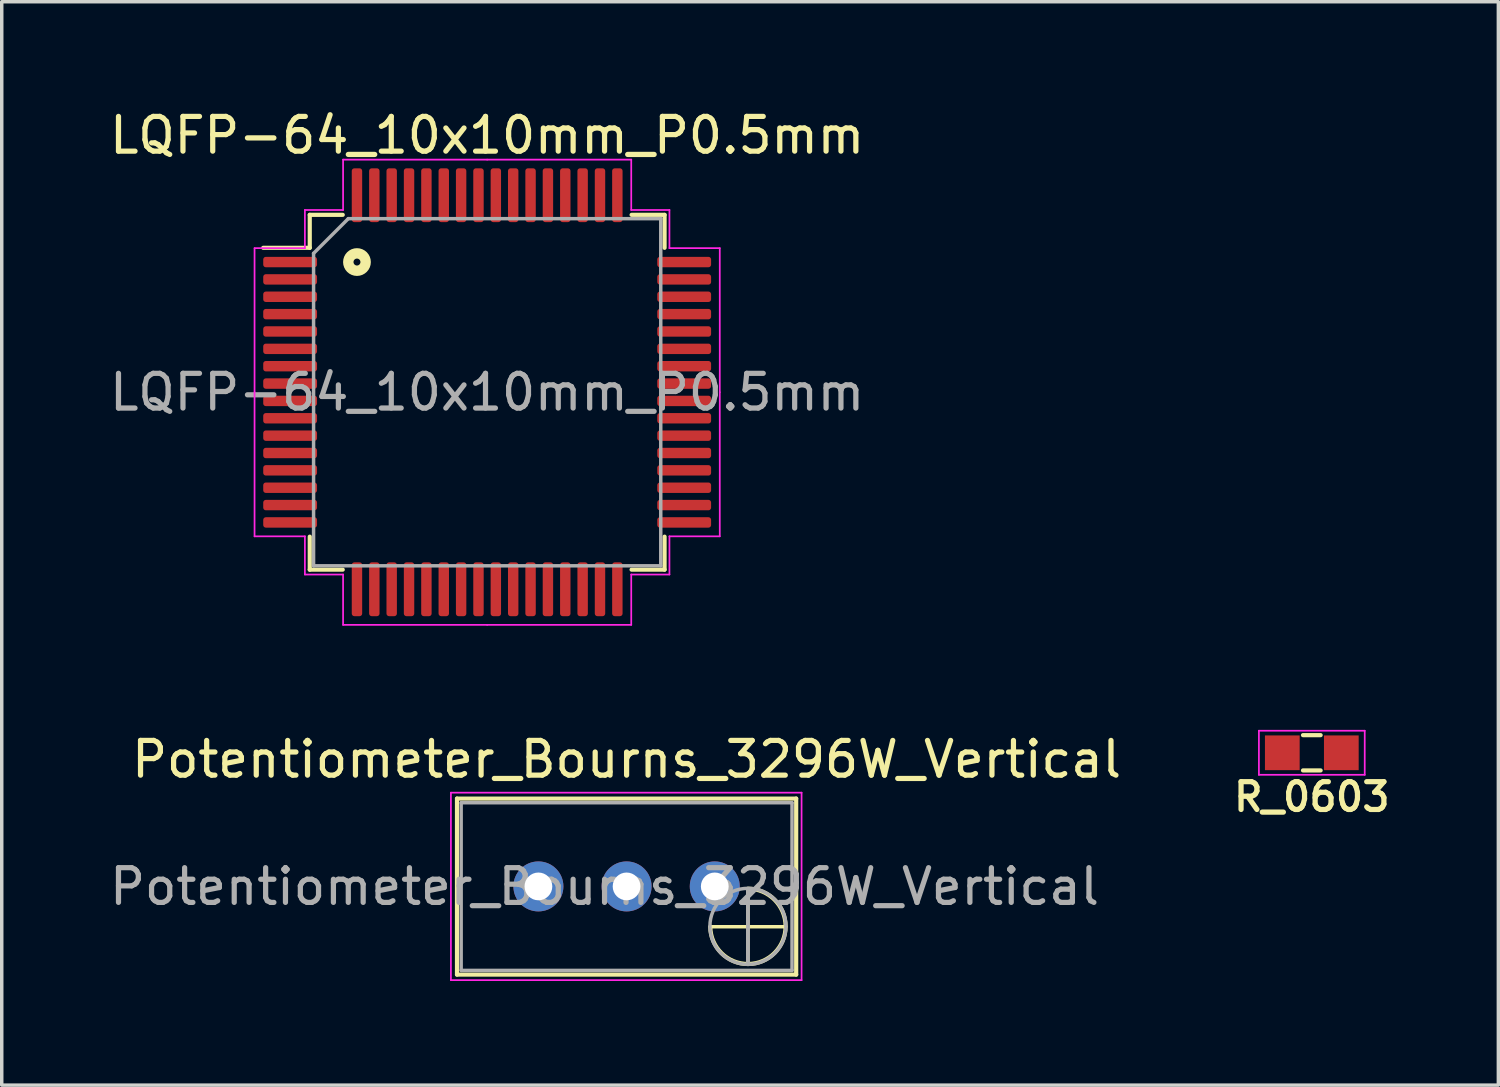
<source format=kicad_pcb>
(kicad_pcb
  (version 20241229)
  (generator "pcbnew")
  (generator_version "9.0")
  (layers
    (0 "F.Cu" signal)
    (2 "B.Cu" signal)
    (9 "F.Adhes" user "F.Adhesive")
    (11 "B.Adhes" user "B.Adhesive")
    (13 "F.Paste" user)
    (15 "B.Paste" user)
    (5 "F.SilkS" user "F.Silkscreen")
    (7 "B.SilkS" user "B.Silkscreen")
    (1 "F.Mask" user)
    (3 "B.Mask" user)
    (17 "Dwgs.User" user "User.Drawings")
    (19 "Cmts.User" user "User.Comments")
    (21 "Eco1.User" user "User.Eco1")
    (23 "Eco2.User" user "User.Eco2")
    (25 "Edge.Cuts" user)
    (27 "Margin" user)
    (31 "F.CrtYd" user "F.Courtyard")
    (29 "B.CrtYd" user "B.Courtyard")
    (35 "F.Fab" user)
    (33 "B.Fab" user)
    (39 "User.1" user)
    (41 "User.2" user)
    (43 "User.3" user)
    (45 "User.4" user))
  (footprint "R_0603"
    (layer "F.Cu")
    (at 34.735 18.633)
    (property "Reference" "R_0603" (at 0 1.27 0) (layer "F.SilkS") (effects (font (size 0.8 0.8) (thickness 0.15))))
    (attr through_hole)
    (fp_line (start -0.254 -0.508) (end 0.254 -0.508) (stroke (width 0.12) (type solid)) (layer "F.SilkS"))
    (fp_line (start -0.254 0.508) (end 0.254 0.508) (stroke (width 0.12) (type solid)) (layer "F.SilkS"))
    (fp_line (start -1.524 -0.635) (end 1.524 -0.635) (stroke (width 0.05) (type solid)) (layer "F.CrtYd"))
    (fp_line (start -1.524 0.635) (end -1.524 -0.635) (stroke (width 0.05) (type solid)) (layer "F.CrtYd"))
    (fp_line (start 1.524 -0.635) (end 1.524 0.635) (stroke (width 0.05) (type solid)) (layer "F.CrtYd"))
    (fp_line (start 1.524 0.635) (end -1.524 0.635) (stroke (width 0.05) (type solid)) (layer "F.CrtYd"))
    (pad "1" smd rect (at -0.85 0) (size 1 1) (layers "F.Cu" "F.Mask" "F.Paste"))
    (pad "2" smd rect (at 0.85 0) (size 1 1) (layers "F.Cu" "F.Mask" "F.Paste")))
  (footprint "Potentiometer_Bourns_3296W_Vertical"
    (layer "F.Cu")
    (at 17.538 22.482)
    (property "Reference" "Potentiometer_Bourns_3296W_Vertical" (at -2.54 -3.66 0) (layer "F.SilkS") (effects (font (size 1 1) (thickness 0.15))))
    (attr through_hole)
    (fp_line (start -7.425 -2.53) (end -7.425 2.54) (stroke (width 0.12) (type solid)) (layer "F.SilkS"))
    (fp_line (start -7.425 -2.53) (end 2.345 -2.53) (stroke (width 0.12) (type solid)) (layer "F.SilkS"))
    (fp_line (start -7.425 2.54) (end 2.345 2.54) (stroke (width 0.12) (type solid)) (layer "F.SilkS"))
    (fp_line (start 0.955 2.235) (end 0.956 0.066) (stroke (width 0.1) (type solid)) (layer "F.SilkS"))
    (fp_line (start 2.04 1.162) (end -0.129 1.161) (stroke (width 0.1) (type solid)) (layer "F.SilkS"))
    (fp_line (start 2.345 -2.53) (end 2.345 2.54) (stroke (width 0.12) (type solid)) (layer "F.SilkS"))
    (fp_arc (start 0.956 0.066) (mid 1.725851 1.913848) (end -0.12895 1.160904) (stroke (width 0.12) (type solid)) (layer "F.SilkS"))
    (fp_line (start -7.6 -2.7) (end -7.6 2.7) (stroke (width 0.05) (type solid)) (layer "F.CrtYd"))
    (fp_line (start -7.6 2.7) (end 2.5 2.7) (stroke (width 0.05) (type solid)) (layer "F.CrtYd"))
    (fp_line (start 2.5 -2.7) (end -7.6 -2.7) (stroke (width 0.05) (type solid)) (layer "F.CrtYd"))
    (fp_line (start 2.5 2.7) (end 2.5 -2.7) (stroke (width 0.05) (type solid)) (layer "F.CrtYd"))
    (fp_line (start -7.305 -2.41) (end -7.305 2.42) (stroke (width 0.1) (type solid)) (layer "F.Fab"))
    (fp_line (start -7.305 2.42) (end 2.225 2.42) (stroke (width 0.1) (type solid)) (layer "F.Fab"))
    (fp_line (start 0.955 2.235) (end 0.956 0.066) (stroke (width 0.1) (type solid)) (layer "F.Fab"))
    (fp_line (start 0.955 2.235) (end 0.956 0.066) (stroke (width 0.1) (type solid)) (layer "F.Fab"))
    (fp_line (start 2.225 -2.41) (end -7.305 -2.41) (stroke (width 0.1) (type solid)) (layer "F.Fab"))
    (fp_line (start 2.225 2.42) (end 2.225 -2.41) (stroke (width 0.1) (type solid)) (layer "F.Fab"))
    (fp_circle (center 0.955 1.15) (end 2.05 1.15) (stroke (width 0.1) (type solid)) (fill no) (layer "F.Fab"))
    (fp_text user "${REFERENCE}" (at -3.175 0.005 0) (layer "F.Fab") (effects (font (size 1 1) (thickness 0.15))))
    (pad "1" thru_hole circle (at 0 0) (size 1.44 1.44) (drill 0.8) (layers "*.Cu" "*.Mask"))
    (pad "2" thru_hole circle (at -2.54 0) (size 1.44 1.44) (drill 0.8) (layers "*.Cu" "*.Mask"))
    (pad "3" thru_hole circle (at -5.08 0) (size 1.44 1.44) (drill 0.8) (layers "*.Cu" "*.Mask")))
  (footprint "LQFP-64_10x10mm_P0.5mm"
    (layer "F.Cu")
    (at 10.982 8.248)
    (property "Reference" "LQFP-64_10x10mm_P0.5mm" (at 0 -7.4 0) (layer "F.SilkS") (effects (font (size 1 1) (thickness 0.15))))
    (attr smd)
    (fp_line (start -5.11 -5.11) (end -5.11 -4.16) (stroke (width 0.12) (type solid)) (layer "F.SilkS"))
    (fp_line (start -5.11 -4.16) (end -6.45 -4.16) (stroke (width 0.12) (type solid)) (layer "F.SilkS"))
    (fp_line (start -5.11 5.11) (end -5.11 4.16) (stroke (width 0.12) (type solid)) (layer "F.SilkS"))
    (fp_line (start -4.16 -5.11) (end -5.11 -5.11) (stroke (width 0.12) (type solid)) (layer "F.SilkS"))
    (fp_line (start -4.16 5.11) (end -5.11 5.11) (stroke (width 0.12) (type solid)) (layer "F.SilkS"))
    (fp_line (start 4.16 -5.11) (end 5.11 -5.11) (stroke (width 0.12) (type solid)) (layer "F.SilkS"))
    (fp_line (start 4.16 5.11) (end 5.11 5.11) (stroke (width 0.12) (type solid)) (layer "F.SilkS"))
    (fp_line (start 5.11 -5.11) (end 5.11 -4.16) (stroke (width 0.12) (type solid)) (layer "F.SilkS"))
    (fp_line (start 5.11 5.11) (end 5.11 4.16) (stroke (width 0.12) (type solid)) (layer "F.SilkS"))
    (fp_circle (center -3.75 -3.75) (end -3.65 -3.75) (stroke (width 0.3) (type solid)) (fill no) (layer "F.SilkS"))
    (fp_line (start -6.7 -4.15) (end -6.7 0) (stroke (width 0.05) (type solid)) (layer "F.CrtYd"))
    (fp_line (start -6.7 4.15) (end -6.7 0) (stroke (width 0.05) (type solid)) (layer "F.CrtYd"))
    (fp_line (start -5.25 -5.25) (end -5.25 -4.15) (stroke (width 0.05) (type solid)) (layer "F.CrtYd"))
    (fp_line (start -5.25 -4.15) (end -6.7 -4.15) (stroke (width 0.05) (type solid)) (layer "F.CrtYd"))
    (fp_line (start -5.25 4.15) (end -6.7 4.15) (stroke (width 0.05) (type solid)) (layer "F.CrtYd"))
    (fp_line (start -5.25 5.25) (end -5.25 4.15) (stroke (width 0.05) (type solid)) (layer "F.CrtYd"))
    (fp_line (start -4.15 -6.7) (end -4.15 -5.25) (stroke (width 0.05) (type solid)) (layer "F.CrtYd"))
    (fp_line (start -4.15 -5.25) (end -5.25 -5.25) (stroke (width 0.05) (type solid)) (layer "F.CrtYd"))
    (fp_line (start -4.15 5.25) (end -5.25 5.25) (stroke (width 0.05) (type solid)) (layer "F.CrtYd"))
    (fp_line (start -4.15 6.7) (end -4.15 5.25) (stroke (width 0.05) (type solid)) (layer "F.CrtYd"))
    (fp_line (start 0 -6.7) (end -4.15 -6.7) (stroke (width 0.05) (type solid)) (layer "F.CrtYd"))
    (fp_line (start 0 -6.7) (end 4.15 -6.7) (stroke (width 0.05) (type solid)) (layer "F.CrtYd"))
    (fp_line (start 0 6.7) (end -4.15 6.7) (stroke (width 0.05) (type solid)) (layer "F.CrtYd"))
    (fp_line (start 0 6.7) (end 4.15 6.7) (stroke (width 0.05) (type solid)) (layer "F.CrtYd"))
    (fp_line (start 4.15 -6.7) (end 4.15 -5.25) (stroke (width 0.05) (type solid)) (layer "F.CrtYd"))
    (fp_line (start 4.15 -5.25) (end 5.25 -5.25) (stroke (width 0.05) (type solid)) (layer "F.CrtYd"))
    (fp_line (start 4.15 5.25) (end 5.25 5.25) (stroke (width 0.05) (type solid)) (layer "F.CrtYd"))
    (fp_line (start 4.15 6.7) (end 4.15 5.25) (stroke (width 0.05) (type solid)) (layer "F.CrtYd"))
    (fp_line (start 5.25 -5.25) (end 5.25 -4.15) (stroke (width 0.05) (type solid)) (layer "F.CrtYd"))
    (fp_line (start 5.25 -4.15) (end 6.7 -4.15) (stroke (width 0.05) (type solid)) (layer "F.CrtYd"))
    (fp_line (start 5.25 4.15) (end 6.7 4.15) (stroke (width 0.05) (type solid)) (layer "F.CrtYd"))
    (fp_line (start 5.25 5.25) (end 5.25 4.15) (stroke (width 0.05) (type solid)) (layer "F.CrtYd"))
    (fp_line (start 6.7 -4.15) (end 6.7 0) (stroke (width 0.05) (type solid)) (layer "F.CrtYd"))
    (fp_line (start 6.7 4.15) (end 6.7 0) (stroke (width 0.05) (type solid)) (layer "F.CrtYd"))
    (fp_line (start -5 -4) (end -4 -5) (stroke (width 0.1) (type solid)) (layer "F.Fab"))
    (fp_line (start -5 5) (end -5 -4) (stroke (width 0.1) (type solid)) (layer "F.Fab"))
    (fp_line (start -4 -5) (end 5 -5) (stroke (width 0.1) (type solid)) (layer "F.Fab"))
    (fp_line (start 5 -5) (end 5 5) (stroke (width 0.1) (type solid)) (layer "F.Fab"))
    (fp_line (start 5 5) (end -5 5) (stroke (width 0.1) (type solid)) (layer "F.Fab"))
    (fp_text user "${REFERENCE}" (at 0 0 0) (layer "F.Fab") (effects (font (size 1 1) (thickness 0.15))))
    (pad "1" smd roundrect (at -5.675 -3.75) (size 1.55 0.3) (layers "F.Cu" "F.Mask" "F.Paste") (roundrect_rratio 0.25))
    (pad "2" smd roundrect (at -5.675 -3.25) (size 1.55 0.3) (layers "F.Cu" "F.Mask" "F.Paste") (roundrect_rratio 0.25))
    (pad "3" smd roundrect (at -5.675 -2.75) (size 1.55 0.3) (layers "F.Cu" "F.Mask" "F.Paste") (roundrect_rratio 0.25))
    (pad "4" smd roundrect (at -5.675 -2.25) (size 1.55 0.3) (layers "F.Cu" "F.Mask" "F.Paste") (roundrect_rratio 0.25))
    (pad "5" smd roundrect (at -5.675 -1.75) (size 1.55 0.3) (layers "F.Cu" "F.Mask" "F.Paste") (roundrect_rratio 0.25))
    (pad "6" smd roundrect (at -5.675 -1.25) (size 1.55 0.3) (layers "F.Cu" "F.Mask" "F.Paste") (roundrect_rratio 0.25))
    (pad "7" smd roundrect (at -5.675 -0.75) (size 1.55 0.3) (layers "F.Cu" "F.Mask" "F.Paste") (roundrect_rratio 0.25))
    (pad "8" smd roundrect (at -5.675 -0.25) (size 1.55 0.3) (layers "F.Cu" "F.Mask" "F.Paste") (roundrect_rratio 0.25))
    (pad "9" smd roundrect (at -5.675 0.25) (size 1.55 0.3) (layers "F.Cu" "F.Mask" "F.Paste") (roundrect_rratio 0.25))
    (pad "10" smd roundrect (at -5.675 0.75) (size 1.55 0.3) (layers "F.Cu" "F.Mask" "F.Paste") (roundrect_rratio 0.25))
    (pad "11" smd roundrect (at -5.675 1.25) (size 1.55 0.3) (layers "F.Cu" "F.Mask" "F.Paste") (roundrect_rratio 0.25))
    (pad "12" smd roundrect (at -5.675 1.75) (size 1.55 0.3) (layers "F.Cu" "F.Mask" "F.Paste") (roundrect_rratio 0.25))
    (pad "13" smd roundrect (at -5.675 2.25) (size 1.55 0.3) (layers "F.Cu" "F.Mask" "F.Paste") (roundrect_rratio 0.25))
    (pad "14" smd roundrect (at -5.675 2.75) (size 1.55 0.3) (layers "F.Cu" "F.Mask" "F.Paste") (roundrect_rratio 0.25))
    (pad "15" smd roundrect (at -5.675 3.25) (size 1.55 0.3) (layers "F.Cu" "F.Mask" "F.Paste") (roundrect_rratio 0.25))
    (pad "16" smd roundrect (at -5.675 3.75) (size 1.55 0.3) (layers "F.Cu" "F.Mask" "F.Paste") (roundrect_rratio 0.25))
    (pad "17" smd roundrect (at -3.75 5.675) (size 0.3 1.55) (layers "F.Cu" "F.Mask" "F.Paste") (roundrect_rratio 0.25))
    (pad "18" smd roundrect (at -3.25 5.675) (size 0.3 1.55) (layers "F.Cu" "F.Mask" "F.Paste") (roundrect_rratio 0.25))
    (pad "19" smd roundrect (at -2.75 5.675) (size 0.3 1.55) (layers "F.Cu" "F.Mask" "F.Paste") (roundrect_rratio 0.25))
    (pad "20" smd roundrect (at -2.25 5.675) (size 0.3 1.55) (layers "F.Cu" "F.Mask" "F.Paste") (roundrect_rratio 0.25))
    (pad "21" smd roundrect (at -1.75 5.675) (size 0.3 1.55) (layers "F.Cu" "F.Mask" "F.Paste") (roundrect_rratio 0.25))
    (pad "22" smd roundrect (at -1.25 5.675) (size 0.3 1.55) (layers "F.Cu" "F.Mask" "F.Paste") (roundrect_rratio 0.25))
    (pad "23" smd roundrect (at -0.75 5.675) (size 0.3 1.55) (layers "F.Cu" "F.Mask" "F.Paste") (roundrect_rratio 0.25))
    (pad "24" smd roundrect (at -0.25 5.675) (size 0.3 1.55) (layers "F.Cu" "F.Mask" "F.Paste") (roundrect_rratio 0.25))
    (pad "25" smd roundrect (at 0.25 5.675) (size 0.3 1.55) (layers "F.Cu" "F.Mask" "F.Paste") (roundrect_rratio 0.25))
    (pad "26" smd roundrect (at 0.75 5.675) (size 0.3 1.55) (layers "F.Cu" "F.Mask" "F.Paste") (roundrect_rratio 0.25))
    (pad "27" smd roundrect (at 1.25 5.675) (size 0.3 1.55) (layers "F.Cu" "F.Mask" "F.Paste") (roundrect_rratio 0.25))
    (pad "28" smd roundrect (at 1.75 5.675) (size 0.3 1.55) (layers "F.Cu" "F.Mask" "F.Paste") (roundrect_rratio 0.25))
    (pad "29" smd roundrect (at 2.25 5.675) (size 0.3 1.55) (layers "F.Cu" "F.Mask" "F.Paste") (roundrect_rratio 0.25))
    (pad "30" smd roundrect (at 2.75 5.675) (size 0.3 1.55) (layers "F.Cu" "F.Mask" "F.Paste") (roundrect_rratio 0.25))
    (pad "31" smd roundrect (at 3.25 5.675) (size 0.3 1.55) (layers "F.Cu" "F.Mask" "F.Paste") (roundrect_rratio 0.25))
    (pad "32" smd roundrect (at 3.75 5.675) (size 0.3 1.55) (layers "F.Cu" "F.Mask" "F.Paste") (roundrect_rratio 0.25))
    (pad "33" smd roundrect (at 5.675 3.75) (size 1.55 0.3) (layers "F.Cu" "F.Mask" "F.Paste") (roundrect_rratio 0.25))
    (pad "34" smd roundrect (at 5.675 3.25) (size 1.55 0.3) (layers "F.Cu" "F.Mask" "F.Paste") (roundrect_rratio 0.25))
    (pad "35" smd roundrect (at 5.675 2.75) (size 1.55 0.3) (layers "F.Cu" "F.Mask" "F.Paste") (roundrect_rratio 0.25))
    (pad "36" smd roundrect (at 5.675 2.25) (size 1.55 0.3) (layers "F.Cu" "F.Mask" "F.Paste") (roundrect_rratio 0.25))
    (pad "37" smd roundrect (at 5.675 1.75) (size 1.55 0.3) (layers "F.Cu" "F.Mask" "F.Paste") (roundrect_rratio 0.25))
    (pad "38" smd roundrect (at 5.675 1.25) (size 1.55 0.3) (layers "F.Cu" "F.Mask" "F.Paste") (roundrect_rratio 0.25))
    (pad "39" smd roundrect (at 5.675 0.75) (size 1.55 0.3) (layers "F.Cu" "F.Mask" "F.Paste") (roundrect_rratio 0.25))
    (pad "40" smd roundrect (at 5.675 0.25) (size 1.55 0.3) (layers "F.Cu" "F.Mask" "F.Paste") (roundrect_rratio 0.25))
    (pad "41" smd roundrect (at 5.675 -0.25) (size 1.55 0.3) (layers "F.Cu" "F.Mask" "F.Paste") (roundrect_rratio 0.25))
    (pad "42" smd roundrect (at 5.675 -0.75) (size 1.55 0.3) (layers "F.Cu" "F.Mask" "F.Paste") (roundrect_rratio 0.25))
    (pad "43" smd roundrect (at 5.675 -1.25) (size 1.55 0.3) (layers "F.Cu" "F.Mask" "F.Paste") (roundrect_rratio 0.25))
    (pad "44" smd roundrect (at 5.675 -1.75) (size 1.55 0.3) (layers "F.Cu" "F.Mask" "F.Paste") (roundrect_rratio 0.25))
    (pad "45" smd roundrect (at 5.675 -2.25) (size 1.55 0.3) (layers "F.Cu" "F.Mask" "F.Paste") (roundrect_rratio 0.25))
    (pad "46" smd roundrect (at 5.675 -2.75) (size 1.55 0.3) (layers "F.Cu" "F.Mask" "F.Paste") (roundrect_rratio 0.25))
    (pad "47" smd roundrect (at 5.675 -3.25) (size 1.55 0.3) (layers "F.Cu" "F.Mask" "F.Paste") (roundrect_rratio 0.25))
    (pad "48" smd roundrect (at 5.675 -3.75) (size 1.55 0.3) (layers "F.Cu" "F.Mask" "F.Paste") (roundrect_rratio 0.25))
    (pad "49" smd roundrect (at 3.75 -5.675) (size 0.3 1.55) (layers "F.Cu" "F.Mask" "F.Paste") (roundrect_rratio 0.25))
    (pad "50" smd roundrect (at 3.25 -5.675) (size 0.3 1.55) (layers "F.Cu" "F.Mask" "F.Paste") (roundrect_rratio 0.25))
    (pad "51" smd roundrect (at 2.75 -5.675) (size 0.3 1.55) (layers "F.Cu" "F.Mask" "F.Paste") (roundrect_rratio 0.25))
    (pad "52" smd roundrect (at 2.25 -5.675) (size 0.3 1.55) (layers "F.Cu" "F.Mask" "F.Paste") (roundrect_rratio 0.25))
    (pad "53" smd roundrect (at 1.75 -5.675) (size 0.3 1.55) (layers "F.Cu" "F.Mask" "F.Paste") (roundrect_rratio 0.25))
    (pad "54" smd roundrect (at 1.25 -5.675) (size 0.3 1.55) (layers "F.Cu" "F.Mask" "F.Paste") (roundrect_rratio 0.25))
    (pad "55" smd roundrect (at 0.75 -5.675) (size 0.3 1.55) (layers "F.Cu" "F.Mask" "F.Paste") (roundrect_rratio 0.25))
    (pad "56" smd roundrect (at 0.25 -5.675) (size 0.3 1.55) (layers "F.Cu" "F.Mask" "F.Paste") (roundrect_rratio 0.25))
    (pad "57" smd roundrect (at -0.25 -5.675) (size 0.3 1.55) (layers "F.Cu" "F.Mask" "F.Paste") (roundrect_rratio 0.25))
    (pad "58" smd roundrect (at -0.75 -5.675) (size 0.3 1.55) (layers "F.Cu" "F.Mask" "F.Paste") (roundrect_rratio 0.25))
    (pad "59" smd roundrect (at -1.25 -5.675) (size 0.3 1.55) (layers "F.Cu" "F.Mask" "F.Paste") (roundrect_rratio 0.25))
    (pad "60" smd roundrect (at -1.75 -5.675) (size 0.3 1.55) (layers "F.Cu" "F.Mask" "F.Paste") (roundrect_rratio 0.25))
    (pad "61" smd roundrect (at -2.25 -5.675) (size 0.3 1.55) (layers "F.Cu" "F.Mask" "F.Paste") (roundrect_rratio 0.25))
    (pad "62" smd roundrect (at -2.75 -5.675) (size 0.3 1.55) (layers "F.Cu" "F.Mask" "F.Paste") (roundrect_rratio 0.25))
    (pad "63" smd roundrect (at -3.25 -5.675) (size 0.3 1.55) (layers "F.Cu" "F.Mask" "F.Paste") (roundrect_rratio 0.25))
    (pad "64" smd roundrect (at -3.75 -5.675) (size 0.3 1.55) (layers "F.Cu" "F.Mask" "F.Paste") (roundrect_rratio 0.25)))
  (gr_rect
    (start -3 -3)
    (end 40.108 28.206)
    (stroke (width 0.1) (type default))
    (fill no)
    (layer "Edge.Cuts")))
</source>
